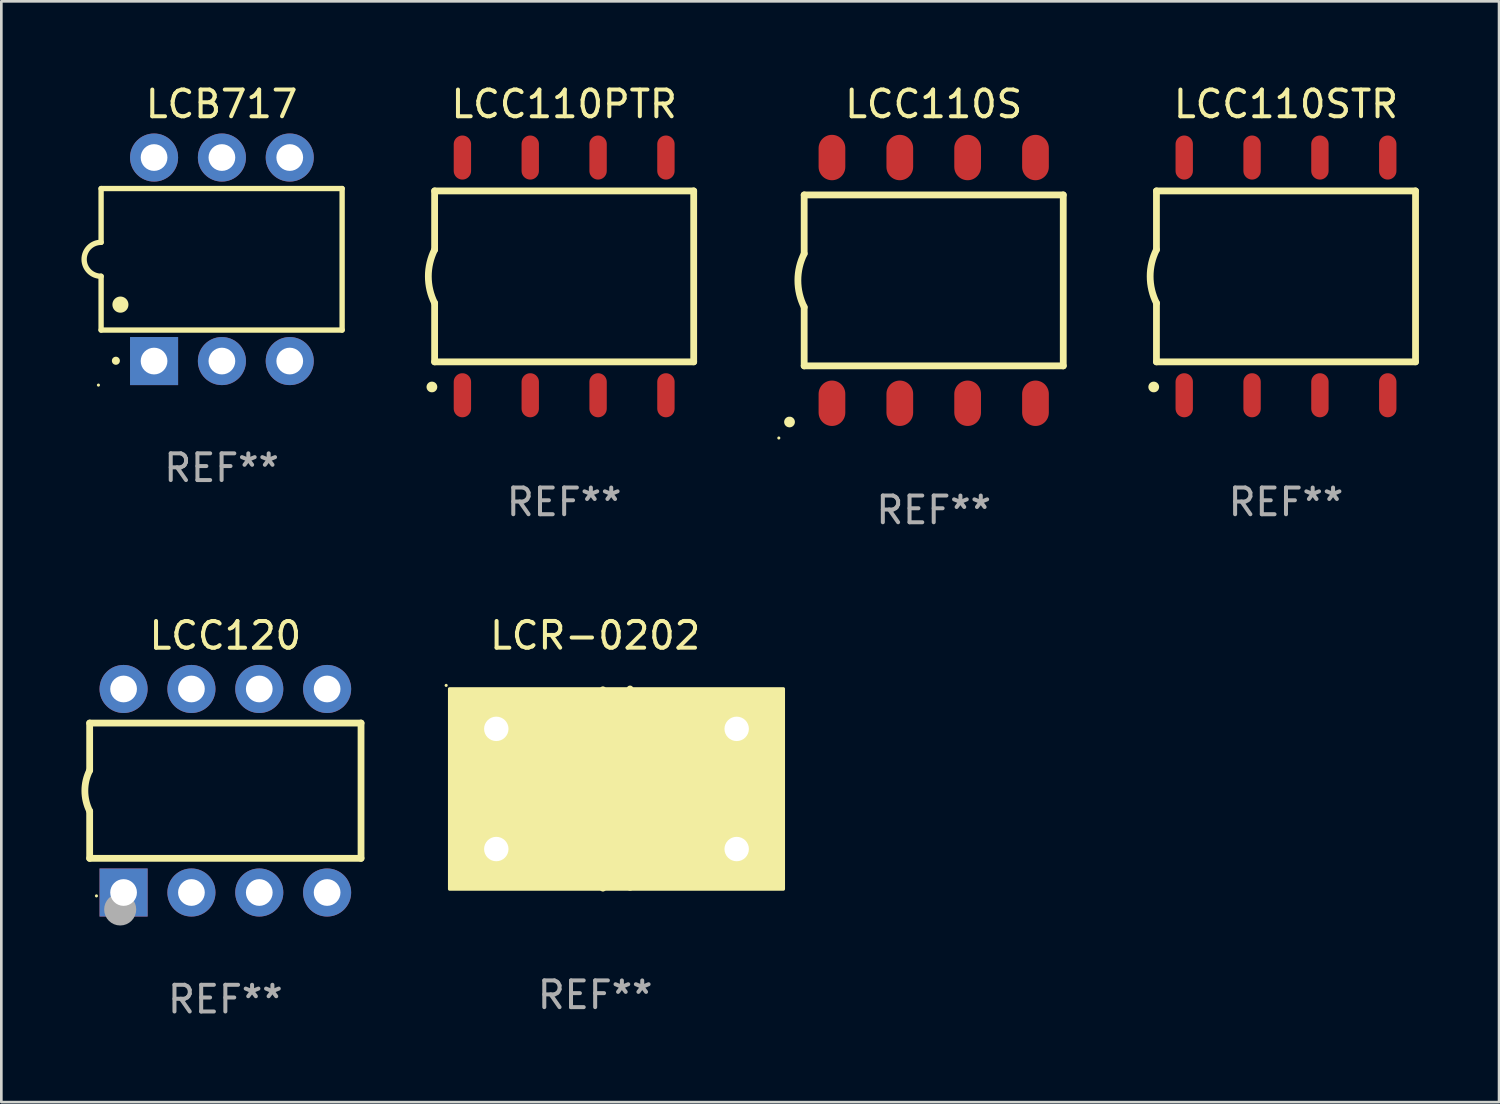
<source format=kicad_pcb>
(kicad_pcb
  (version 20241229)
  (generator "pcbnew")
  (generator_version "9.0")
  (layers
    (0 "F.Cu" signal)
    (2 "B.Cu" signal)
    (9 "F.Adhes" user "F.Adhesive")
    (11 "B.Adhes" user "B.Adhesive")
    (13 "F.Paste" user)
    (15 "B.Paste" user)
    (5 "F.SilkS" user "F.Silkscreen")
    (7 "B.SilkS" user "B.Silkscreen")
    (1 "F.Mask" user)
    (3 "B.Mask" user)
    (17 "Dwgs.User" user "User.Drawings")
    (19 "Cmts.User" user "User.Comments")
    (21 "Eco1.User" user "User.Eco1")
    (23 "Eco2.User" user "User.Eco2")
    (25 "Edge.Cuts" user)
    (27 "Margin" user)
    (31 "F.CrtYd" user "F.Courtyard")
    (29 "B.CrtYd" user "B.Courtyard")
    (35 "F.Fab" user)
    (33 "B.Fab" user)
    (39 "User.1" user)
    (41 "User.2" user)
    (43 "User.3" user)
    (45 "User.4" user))
  (footprint "LCB717"
    (layer "F.Cu")
    (at 5.247 6.658)
    (property "Reference" "LCB717" (at 0 -5.81 0) (layer "F.SilkS") (effects (font (size 1 1) (thickness 0.15))))
    (attr through_hole)
    (fp_line (start -4.512 -2.649) (end 4.512 -2.649) (stroke (width 0.2) (type solid)) (layer "F.SilkS"))
    (fp_line (start -4.512 -0.635) (end -4.512 -2.649) (stroke (width 0.2) (type solid)) (layer "F.SilkS"))
    (fp_line (start -4.512 2.649) (end -4.512 0.635) (stroke (width 0.2) (type solid)) (layer "F.SilkS"))
    (fp_line (start 4.512 -2.649) (end 4.512 2.649) (stroke (width 0.2) (type solid)) (layer "F.SilkS"))
    (fp_line (start 4.512 2.649) (end -4.512 2.649) (stroke (width 0.2) (type solid)) (layer "F.SilkS"))
    (fp_arc (start -4.512319 0.635001) (mid -5.14732 0) (end -4.512319 -0.635001) (stroke (width 0.2) (type solid)) (layer "F.SilkS"))
    (fp_arc (start -3.958598 3.799848) (mid -3.958603 3.798578) (end -3.958598 3.797308) (stroke (width 0.3) (type solid)) (layer "F.SilkS"))
    (fp_arc (start -3.788418 1.699263) (mid -3.788429 1.696723) (end -3.788418 1.694183) (stroke (width 0.6) (type solid)) (layer "F.SilkS"))
    (fp_circle (center -4.612 4.71) (end -4.582 4.71) (stroke (width 0.06) (type solid)) (fill no) (layer "F.SilkS"))
    (fp_text user "REF**" (at 0 7.81 0) (layer "F.Fab") (effects (font (size 1 1) (thickness 0.15))))
    (pad "1" thru_hole rect (at -2.529 3.81 90) (size 1.8 1.8) (drill 1) (layers "*.Cu" "*.Mask"))
    (pad "2" thru_hole circle (at 0.011 3.81) (size 1.8 1.8) (drill 1) (layers "*.Cu" "*.Mask"))
    (pad "3" thru_hole circle (at 2.551 3.81) (size 1.8 1.8) (drill 1) (layers "*.Cu" "*.Mask"))
    (pad "4" thru_hole circle (at 2.551 -3.81) (size 1.8 1.8) (drill 1) (layers "*.Cu" "*.Mask"))
    (pad "5" thru_hole circle (at 0.011 -3.81) (size 1.8 1.8) (drill 1) (layers "*.Cu" "*.Mask"))
    (pad "6" thru_hole circle (at -2.529 -3.81) (size 1.8 1.8) (drill 1) (layers "*.Cu" "*.Mask")))
  (footprint "LCC120"
    (layer "F.Cu")
    (at 5.387 26.555)
    (property "Reference" "LCC120" (at 0 -5.81 0) (layer "F.SilkS") (effects (font (size 1 1) (thickness 0.15))))
    (attr through_hole)
    (fp_line (start -5.08 -2.534) (end 5.08 -2.534) (stroke (width 0.254) (type solid)) (layer "F.SilkS"))
    (fp_line (start -5.08 -0.762) (end -5.08 -2.534) (stroke (width 0.254) (type solid)) (layer "F.SilkS"))
    (fp_line (start -5.08 2.531) (end -5.08 0.762) (stroke (width 0.254) (type solid)) (layer "F.SilkS"))
    (fp_line (start -5.08 2.531) (end 5.08 2.531) (stroke (width 0.254) (type solid)) (layer "F.SilkS"))
    (fp_line (start 5.08 2.531) (end 5.08 -2.534) (stroke (width 0.254) (type solid)) (layer "F.SilkS"))
    (fp_arc (start -5.08001 0.762001) (mid -5.259894 0) (end -5.08001 -0.762002) (stroke (width 0.254001) (type solid)) (layer "F.SilkS"))
    (fp_circle (center -4.826 3.937) (end -4.796 3.937) (stroke (width 0.06) (type solid)) (fill no) (layer "F.SilkS"))
    (fp_circle (center -3.937 4.445) (end -3.637 4.445) (stroke (width 0.6) (type solid)) (fill no) (layer "F.Fab"))
    (fp_text user "REF**" (at 0 7.81 0) (layer "F.Fab") (effects (font (size 1 1) (thickness 0.15))))
    (pad "1" thru_hole rect (at -3.81 3.81) (size 1.8 1.8) (drill 1) (layers "*.Cu" "*.Mask"))
    (pad "2" thru_hole circle (at -1.27 3.81) (size 1.8 1.8) (drill 1) (layers "*.Cu" "*.Mask"))
    (pad "3" thru_hole circle (at 1.27 3.81) (size 1.8 1.8) (drill 1) (layers "*.Cu" "*.Mask"))
    (pad "4" thru_hole circle (at 3.81 3.81) (size 1.8 1.8) (drill 1) (layers "*.Cu" "*.Mask"))
    (pad "5" thru_hole circle (at 3.81 -3.81) (size 1.8 1.8) (drill 1) (layers "*.Cu" "*.Mask"))
    (pad "6" thru_hole circle (at 1.27 -3.81) (size 1.8 1.8) (drill 1) (layers "*.Cu" "*.Mask"))
    (pad "7" thru_hole circle (at -1.27 -3.81) (size 1.8 1.8) (drill 1) (layers "*.Cu" "*.Mask"))
    (pad "8" thru_hole circle (at -3.81 -3.81) (size 1.8 1.8) (drill 1) (layers "*.Cu" "*.Mask")))
  (footprint "LCR-0202"
    (layer "F.Cu")
    (at 19.233 26.473)
    (property "Reference" "LCR-0202" (at 0 -5.729 0) (layer "F.SilkS") (effects (font (size 1 1) (thickness 0.15))))
    (attr through_hole)
    (fp_line (start -5.298 2.809) (end -4.536 3.571) (stroke (width 0.254) (type solid)) (layer "F.SilkS"))
    (fp_line (start -4.536 3.571) (end -4.536 3.571) (stroke (width 0.254) (type solid)) (layer "F.SilkS"))
    (fp_line (start 0.29 -3.698) (end 0.29 3.729) (stroke (width 0.254) (type solid)) (layer "F.SilkS"))
    (fp_line (start 1.306 -3.729) (end 1.306 3.698) (stroke (width 0.254) (type solid)) (layer "F.SilkS"))
    (fp_circle (center -5.579 -3.862) (end -5.549 -3.862) (stroke (width 0.06) (type solid)) (fill no) (layer "F.SilkS"))
    (fp_poly (pts (xy -5.452 -3.735) (xy 7.048 -3.735) (xy 7.048 3.765) (xy -5.452 3.765)) (stroke (width 0.12) (type solid)) (fill yes) (layer "F.SilkS"))
    (fp_text user "REF**" (at 0 7.729 0) (layer "F.Fab") (effects (font (size 1 1) (thickness 0.15))))
    (pad "1" thru_hole circle (at -3.702 -2.235) (size 1.524 1.524) (drill 0.914) (layers "*.Cu" "*.Mask"))
    (pad "2" thru_hole circle (at -3.702 2.265) (size 1.524 1.524) (drill 0.914) (layers "*.Cu" "*.Mask"))
    (pad "3" thru_hole circle (at 5.298 2.265) (size 1.524 1.524) (drill 0.914) (layers "*.Cu" "*.Mask"))
    (pad "4" thru_hole circle (at 5.298 -2.235) (size 1.524 1.524) (drill 0.914) (layers "*.Cu" "*.Mask")))
  (footprint "LCC110STR"
    (layer "F.Cu")
    (at 45.097 7.298)
    (property "Reference" "LCC110STR" (at 0 -6.45 0) (layer "F.SilkS") (effects (font (size 1 1) (thickness 0.15))))
    (attr through_hole)
    (fp_line (start -4.85 -3.2) (end -4.85 -1) (stroke (width 0.254) (type solid)) (layer "F.SilkS"))
    (fp_line (start -4.85 -3.2) (end 4.85 -3.2) (stroke (width 0.254) (type solid)) (layer "F.SilkS"))
    (fp_line (start -4.85 3.2) (end -4.85 1) (stroke (width 0.254) (type solid)) (layer "F.SilkS"))
    (fp_line (start 4.85 -3.2) (end 4.85 3.2) (stroke (width 0.254) (type solid)) (layer "F.SilkS"))
    (fp_line (start 4.85 3.2) (end -4.85 3.2) (stroke (width 0.254) (type solid)) (layer "F.SilkS"))
    (fp_arc (start -4.95301 4.140208) (mid -4.95174 4.140204) (end -4.95047 4.140208) (stroke (width 0.4) (type solid)) (layer "F.SilkS"))
    (fp_arc (start -4.84887 1.000762) (mid -5.085418 0.000516) (end -4.850013 -1) (stroke (width 0.254001) (type solid)) (layer "F.SilkS"))
    (fp_text user "REF**" (at 0 8.45 0) (layer "F.Fab") (effects (font (size 1 1) (thickness 0.15))))
    (pad "1" smd oval (at -3.81 4.45) (size 0.65 1.65) (layers "F.Cu" "F.Mask" "F.Paste"))
    (pad "2" smd oval (at -1.27 4.45) (size 0.65 1.65) (layers "F.Cu" "F.Mask" "F.Paste"))
    (pad "3" smd oval (at 1.27 4.45) (size 0.65 1.65) (layers "F.Cu" "F.Mask" "F.Paste"))
    (pad "4" smd oval (at 3.81 4.45) (size 0.65 1.65) (layers "F.Cu" "F.Mask" "F.Paste"))
    (pad "5" smd oval (at 3.81 -4.45 180) (size 0.65 1.65) (layers "F.Cu" "F.Mask" "F.Paste"))
    (pad "6" smd oval (at 1.27 -4.45 180) (size 0.65 1.65) (layers "F.Cu" "F.Mask" "F.Paste"))
    (pad "7" smd oval (at -1.27 -4.45 180) (size 0.65 1.65) (layers "F.Cu" "F.Mask" "F.Paste"))
    (pad "8" smd oval (at -3.81 -4.45 180) (size 0.65 1.65) (layers "F.Cu" "F.Mask" "F.Paste")))
  (footprint "LCC110S"
    (layer "F.Cu")
    (at 31.908 7.448)
    (property "Reference" "LCC110S" (at 0 -6.6 0) (layer "F.SilkS") (effects (font (size 1 1) (thickness 0.15))))
    (attr through_hole)
    (fp_line (start -4.85 -3.2) (end -4.85 -1) (stroke (width 0.254) (type solid)) (layer "F.SilkS"))
    (fp_line (start -4.85 -3.2) (end 4.85 -3.2) (stroke (width 0.254) (type solid)) (layer "F.SilkS"))
    (fp_line (start -4.85 3.2) (end -4.85 1) (stroke (width 0.254) (type solid)) (layer "F.SilkS"))
    (fp_line (start 4.85 -3.2) (end 4.85 3.2) (stroke (width 0.254) (type solid)) (layer "F.SilkS"))
    (fp_line (start 4.85 3.2) (end -4.85 3.2) (stroke (width 0.254) (type solid)) (layer "F.SilkS"))
    (fp_arc (start -5.400051 5.300991) (mid -5.398781 5.300987) (end -5.397511 5.300991) (stroke (width 0.4) (type solid)) (layer "F.SilkS"))
    (fp_arc (start -4.84887 1.000762) (mid -5.085418 0.000516) (end -4.850013 -1) (stroke (width 0.254001) (type solid)) (layer "F.SilkS"))
    (fp_circle (center -5.799 5.901) (end -5.769 5.901) (stroke (width 0.06) (type solid)) (fill no) (layer "F.SilkS"))
    (fp_text user "REF**" (at 0 8.6 0) (layer "F.Fab") (effects (font (size 1 1) (thickness 0.15))))
    (pad "1" smd oval (at -3.81 4.6) (size 1 1.7) (layers "F.Cu" "F.Mask" "F.Paste"))
    (pad "2" smd oval (at -1.27 4.6) (size 1 1.7) (layers "F.Cu" "F.Mask" "F.Paste"))
    (pad "3" smd oval (at 1.27 4.6) (size 1 1.7) (layers "F.Cu" "F.Mask" "F.Paste"))
    (pad "4" smd oval (at 3.81 4.6) (size 1 1.7) (layers "F.Cu" "F.Mask" "F.Paste"))
    (pad "5" smd oval (at 3.81 -4.6 180) (size 1 1.7) (layers "F.Cu" "F.Mask" "F.Paste"))
    (pad "6" smd oval (at 1.27 -4.6 180) (size 1 1.7) (layers "F.Cu" "F.Mask" "F.Paste"))
    (pad "7" smd oval (at -1.27 -4.6 180) (size 1 1.7) (layers "F.Cu" "F.Mask" "F.Paste"))
    (pad "8" smd oval (at -3.81 -4.6 180) (size 1 1.7) (layers "F.Cu" "F.Mask" "F.Paste")))
  (footprint "LCC110PTR"
    (layer "F.Cu")
    (at 18.072 7.298)
    (property "Reference" "LCC110PTR" (at 0 -6.45 0) (layer "F.SilkS") (effects (font (size 1 1) (thickness 0.15))))
    (attr through_hole)
    (fp_line (start -4.85 -3.2) (end -4.85 -1) (stroke (width 0.254) (type solid)) (layer "F.SilkS"))
    (fp_line (start -4.85 -3.2) (end 4.85 -3.2) (stroke (width 0.254) (type solid)) (layer "F.SilkS"))
    (fp_line (start -4.85 3.2) (end -4.85 1) (stroke (width 0.254) (type solid)) (layer "F.SilkS"))
    (fp_line (start 4.85 -3.2) (end 4.85 3.2) (stroke (width 0.254) (type solid)) (layer "F.SilkS"))
    (fp_line (start 4.85 3.2) (end -4.85 3.2) (stroke (width 0.254) (type solid)) (layer "F.SilkS"))
    (fp_arc (start -4.95301 4.140208) (mid -4.95174 4.140204) (end -4.95047 4.140208) (stroke (width 0.4) (type solid)) (layer "F.SilkS"))
    (fp_arc (start -4.84887 1.000762) (mid -5.085418 0.000516) (end -4.850013 -1) (stroke (width 0.254001) (type solid)) (layer "F.SilkS"))
    (fp_text user "REF**" (at 0 8.45 0) (layer "F.Fab") (effects (font (size 1 1) (thickness 0.15))))
    (pad "1" smd oval (at -3.81 4.45) (size 0.65 1.65) (layers "F.Cu" "F.Mask" "F.Paste"))
    (pad "2" smd oval (at -1.27 4.45) (size 0.65 1.65) (layers "F.Cu" "F.Mask" "F.Paste"))
    (pad "3" smd oval (at 1.27 4.45) (size 0.65 1.65) (layers "F.Cu" "F.Mask" "F.Paste"))
    (pad "4" smd oval (at 3.81 4.45) (size 0.65 1.65) (layers "F.Cu" "F.Mask" "F.Paste"))
    (pad "5" smd oval (at 3.81 -4.45 180) (size 0.65 1.65) (layers "F.Cu" "F.Mask" "F.Paste"))
    (pad "6" smd oval (at 1.27 -4.45 180) (size 0.65 1.65) (layers "F.Cu" "F.Mask" "F.Paste"))
    (pad "7" smd oval (at -1.27 -4.45 180) (size 0.65 1.65) (layers "F.Cu" "F.Mask" "F.Paste"))
    (pad "8" smd oval (at -3.81 -4.45 180) (size 0.65 1.65) (layers "F.Cu" "F.Mask" "F.Paste")))
  (gr_rect
    (start -3 -3)
    (end 53.074 38.213)
    (stroke (width 0.1) (type default))
    (fill no)
    (layer "Edge.Cuts")))
</source>
